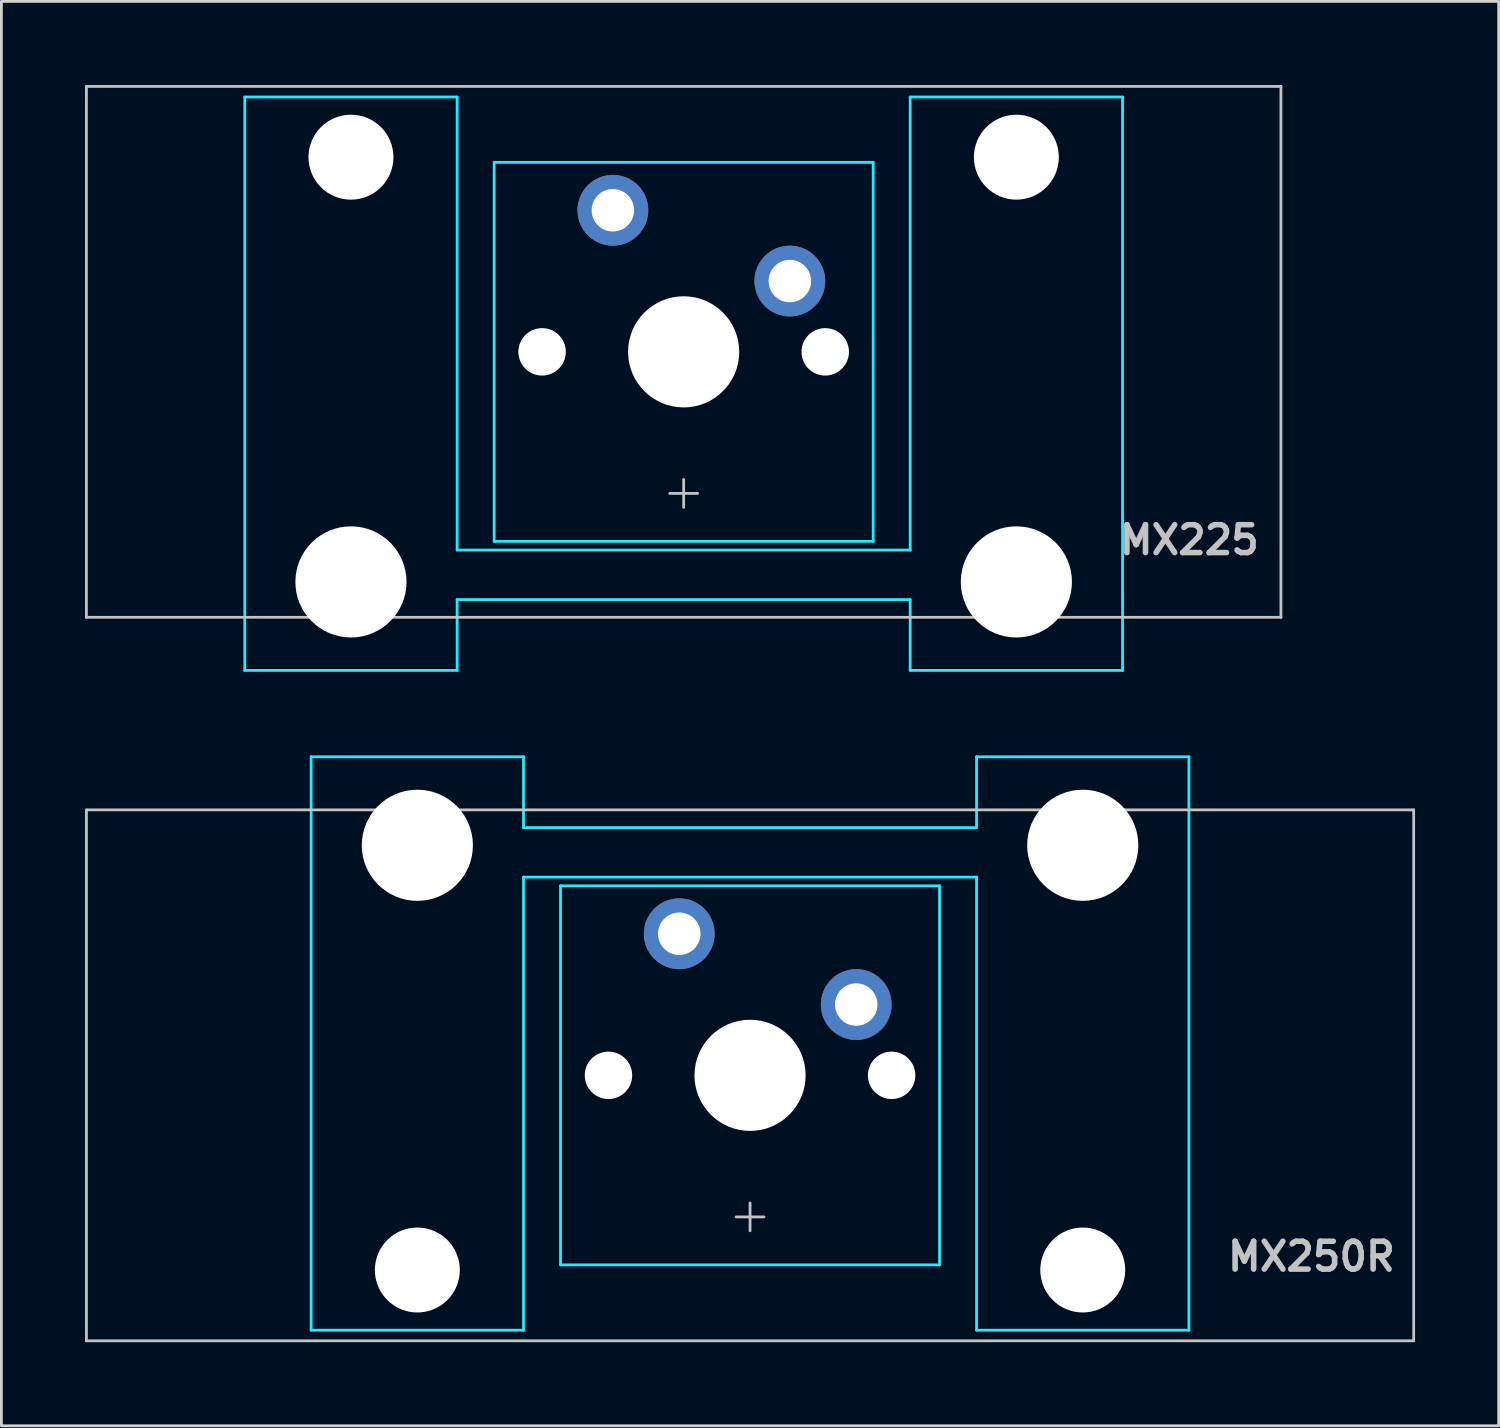
<source format=kicad_pcb>
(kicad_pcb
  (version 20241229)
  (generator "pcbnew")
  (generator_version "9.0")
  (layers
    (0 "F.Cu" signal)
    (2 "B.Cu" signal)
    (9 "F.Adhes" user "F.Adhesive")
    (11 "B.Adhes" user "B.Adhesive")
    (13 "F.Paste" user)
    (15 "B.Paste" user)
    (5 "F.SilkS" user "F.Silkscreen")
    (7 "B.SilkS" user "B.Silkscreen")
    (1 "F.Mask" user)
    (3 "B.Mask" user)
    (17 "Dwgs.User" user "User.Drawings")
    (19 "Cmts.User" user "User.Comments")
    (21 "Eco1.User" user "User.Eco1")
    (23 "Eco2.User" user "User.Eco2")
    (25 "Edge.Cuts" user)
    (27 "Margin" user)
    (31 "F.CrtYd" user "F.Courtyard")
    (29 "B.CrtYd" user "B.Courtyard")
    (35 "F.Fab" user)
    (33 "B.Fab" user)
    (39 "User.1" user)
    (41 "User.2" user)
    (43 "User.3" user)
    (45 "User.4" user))
  (footprint "MX250R"
    (layer "F.Cu")
    (at 23.863 35.535)
    (property "Reference" "MX250R" (at 23.25 6.5 0) (layer "Dwgs.User") (effects (font (size 1 1) (thickness 0.2)) (justify right)))
    (attr through_hole)
    (fp_line (start -23.812 -9.525) (end -23.812 9.525) (stroke (width 0.1) (type solid)) (layer "Dwgs.User"))
    (fp_line (start -23.812 -9.525) (end 23.812 -9.525) (stroke (width 0.1) (type solid)) (layer "Dwgs.User"))
    (fp_line (start -23.812 9.525) (end 23.812 9.525) (stroke (width 0.1) (type solid)) (layer "Dwgs.User"))
    (fp_line (start -0.5 5.08) (end 0.5 5.08) (stroke (width 0.1) (type solid)) (layer "Dwgs.User"))
    (fp_line (start 0 5.58) (end 0 4.58) (stroke (width 0.1) (type solid)) (layer "Dwgs.User"))
    (fp_line (start 23.812 -9.525) (end 23.812 9.525) (stroke (width 0.1) (type solid)) (layer "Dwgs.User"))
    (fp_line (start -15.438 -8.515) (end -15.438 5.485) (stroke (width 0.1) (type solid)) (layer "Eco1.User"))
    (fp_line (start -14.938 -9.015) (end -8.938 -9.015) (stroke (width 0.1) (type solid)) (layer "Eco1.User"))
    (fp_line (start -8.938 5.985) (end -14.938 5.985) (stroke (width 0.1) (type solid)) (layer "Eco1.User"))
    (fp_line (start -8.438 5.485) (end -8.438 -8.515) (stroke (width 0.1) (type solid)) (layer "Eco1.User"))
    (fp_line (start -7 -6.5) (end -7 6.5) (stroke (width 0.1) (type solid)) (layer "Eco1.User"))
    (fp_line (start -6.5 7) (end 6.5 7) (stroke (width 0.1) (type solid)) (layer "Eco1.User"))
    (fp_line (start 6.5 -7) (end -6.5 -7) (stroke (width 0.1) (type solid)) (layer "Eco1.User"))
    (fp_line (start 7 6.5) (end 7 -6.5) (stroke (width 0.1) (type solid)) (layer "Eco1.User"))
    (fp_line (start 8.438 -8.515) (end 8.438 5.485) (stroke (width 0.1) (type solid)) (layer "Eco1.User"))
    (fp_line (start 8.938 -9.015) (end 14.938 -9.015) (stroke (width 0.1) (type solid)) (layer "Eco1.User"))
    (fp_line (start 14.938 5.985) (end 8.938 5.985) (stroke (width 0.1) (type solid)) (layer "Eco1.User"))
    (fp_line (start 15.438 5.485) (end 15.438 -8.515) (stroke (width 0.1) (type solid)) (layer "Eco1.User"))
    (fp_arc (start -15.438 -8.515) (mid -15.291553 -8.868553) (end -14.938 -9.015) (stroke (width 0.1) (type solid)) (layer "Eco1.User"))
    (fp_arc (start -14.938 5.985) (mid -15.291553 5.838553) (end -15.438 5.485) (stroke (width 0.1) (type solid)) (layer "Eco1.User"))
    (fp_arc (start -8.938 -9.015) (mid -8.584447 -8.868553) (end -8.438 -8.515) (stroke (width 0.1) (type solid)) (layer "Eco1.User"))
    (fp_arc (start -8.438 5.485) (mid -8.584447 5.838553) (end -8.938 5.985) (stroke (width 0.1) (type solid)) (layer "Eco1.User"))
    (fp_arc (start -7 -6.5) (mid -6.853553 -6.853553) (end -6.5 -7) (stroke (width 0.1) (type solid)) (layer "Eco1.User"))
    (fp_arc (start -6.5 7) (mid -6.853553 6.853553) (end -7 6.5) (stroke (width 0.1) (type solid)) (layer "Eco1.User"))
    (fp_arc (start 6.5 -7) (mid 6.853553 -6.853553) (end 7 -6.5) (stroke (width 0.1) (type solid)) (layer "Eco1.User"))
    (fp_arc (start 7 6.5) (mid 6.853553 6.853553) (end 6.5 7) (stroke (width 0.1) (type solid)) (layer "Eco1.User"))
    (fp_arc (start 8.438 -8.515) (mid 8.584447 -8.868553) (end 8.938 -9.015) (stroke (width 0.1) (type solid)) (layer "Eco1.User"))
    (fp_arc (start 8.938 5.985) (mid 8.584447 5.838553) (end 8.438 5.485) (stroke (width 0.1) (type solid)) (layer "Eco1.User"))
    (fp_arc (start 14.938 -9.015) (mid 15.291553 -8.868553) (end 15.438 -8.515) (stroke (width 0.1) (type solid)) (layer "Eco1.User"))
    (fp_arc (start 15.438 5.485) (mid 15.291553 5.838553) (end 14.938 5.985) (stroke (width 0.1) (type solid)) (layer "Eco1.User"))
    (fp_line (start -15.748 -11.43) (end -8.128 -11.43) (stroke (width 0.1) (type solid)) (layer "B.CrtYd"))
    (fp_line (start -15.748 9.144) (end -15.748 -11.43) (stroke (width 0.1) (type solid)) (layer "B.CrtYd"))
    (fp_line (start -8.128 -11.43) (end -8.128 -8.89) (stroke (width 0.1) (type solid)) (layer "B.CrtYd"))
    (fp_line (start -8.128 9.144) (end -15.748 9.144) (stroke (width 0.1) (type solid)) (layer "B.CrtYd"))
    (fp_line (start -8.128 9.144) (end -8.128 -7.112) (stroke (width 0.1) (type solid)) (layer "B.CrtYd"))
    (fp_line (start -6.8 6.8) (end -6.8 -6.8) (stroke (width 0.1) (type solid)) (layer "B.CrtYd"))
    (fp_line (start 6.8 -6.8) (end -6.8 -6.8) (stroke (width 0.1) (type solid)) (layer "B.CrtYd"))
    (fp_line (start 6.8 6.8) (end -6.8 6.8) (stroke (width 0.1) (type solid)) (layer "B.CrtYd"))
    (fp_line (start 6.8 6.8) (end 6.8 -6.8) (stroke (width 0.1) (type solid)) (layer "B.CrtYd"))
    (fp_line (start 8.128 -11.43) (end 8.128 -8.89) (stroke (width 0.1) (type solid)) (layer "B.CrtYd"))
    (fp_line (start 8.128 -11.43) (end 15.748 -11.43) (stroke (width 0.1) (type solid)) (layer "B.CrtYd"))
    (fp_line (start 8.128 -8.89) (end -8.128 -8.89) (stroke (width 0.1) (type solid)) (layer "B.CrtYd"))
    (fp_line (start 8.128 -7.112) (end -8.128 -7.112) (stroke (width 0.1) (type solid)) (layer "B.CrtYd"))
    (fp_line (start 8.128 9.144) (end 8.128 -7.112) (stroke (width 0.1) (type solid)) (layer "B.CrtYd"))
    (fp_line (start 15.748 -11.43) (end 15.748 9.144) (stroke (width 0.1) (type solid)) (layer "B.CrtYd"))
    (fp_line (start 15.748 9.144) (end 8.128 9.144) (stroke (width 0.1) (type solid)) (layer "B.CrtYd"))
    (pad "" np_thru_hole circle (at -11.938 -8.255 180) (size 3.988 3.988) (drill 3.988) (layers "*.Cu" "*.Mask"))
    (pad "" np_thru_hole circle (at -11.938 6.985 180) (size 3.048 3.048) (drill 3.048) (layers "*.Cu" "*.Mask"))
    (pad "" np_thru_hole circle (at -5.08 0) (size 1.702 1.702) (drill 1.702) (layers "*.Cu" "*.Mask"))
    (pad "" connect circle (at -2.54 -5.08) (size 1.524 1.524) (layers "B.Mask"))
    (pad "" np_thru_hole circle (at 0 0) (size 3.988 3.988) (drill 3.988) (layers "*.Cu" "*.Mask"))
    (pad "" connect circle (at 3.81 -2.54) (size 1.524 1.524) (layers "B.Mask"))
    (pad "" np_thru_hole circle (at 5.08 0) (size 1.702 1.702) (drill 1.702) (layers "*.Cu" "*.Mask"))
    (pad "" np_thru_hole circle (at 11.938 -8.255 180) (size 3.988 3.988) (drill 3.988) (layers "*.Cu" "*.Mask"))
    (pad "" np_thru_hole circle (at 11.938 6.985 180) (size 3.048 3.048) (drill 3.048) (layers "*.Cu" "*.Mask"))
    (pad "1" thru_hole circle (at -2.54 -5.08) (size 2.54 2.54) (drill 1.524) (layers "*.Cu" "F.Mask"))
    (pad "2" thru_hole circle (at 3.81 -2.54) (size 2.54 2.54) (drill 1.524) (layers "*.Cu" "F.Mask")))
  (footprint "MX225"
    (layer "F.Cu")
    (at 21.481 9.575)
    (property "Reference" "MX225" (at 20.75 6.75 0) (layer "Dwgs.User") (effects (font (size 1 1) (thickness 0.2)) (justify right)))
    (attr through_hole)
    (fp_line (start -21.431 -9.525) (end -21.431 9.525) (stroke (width 0.1) (type solid)) (layer "Dwgs.User"))
    (fp_line (start -21.431 -9.525) (end 21.431 -9.525) (stroke (width 0.1) (type solid)) (layer "Dwgs.User"))
    (fp_line (start -21.431 9.525) (end 21.431 9.525) (stroke (width 0.1) (type solid)) (layer "Dwgs.User"))
    (fp_line (start -0.5 5.08) (end 0.5 5.08) (stroke (width 0.1) (type solid)) (layer "Dwgs.User"))
    (fp_line (start 0 5.58) (end 0 4.58) (stroke (width 0.1) (type solid)) (layer "Dwgs.User"))
    (fp_line (start 21.431 -9.525) (end 21.431 9.525) (stroke (width 0.1) (type solid)) (layer "Dwgs.User"))
    (fp_line (start -15.438 -5.485) (end -15.438 8.515) (stroke (width 0.1) (type solid)) (layer "Eco1.User"))
    (fp_line (start -14.938 -5.985) (end -8.938 -5.985) (stroke (width 0.1) (type solid)) (layer "Eco1.User"))
    (fp_line (start -8.938 9.015) (end -14.938 9.015) (stroke (width 0.1) (type solid)) (layer "Eco1.User"))
    (fp_line (start -8.438 8.515) (end -8.438 -5.485) (stroke (width 0.1) (type solid)) (layer "Eco1.User"))
    (fp_line (start -7 -6.5) (end -7 6.5) (stroke (width 0.1) (type solid)) (layer "Eco1.User"))
    (fp_line (start -6.5 7) (end 6.5 7) (stroke (width 0.1) (type solid)) (layer "Eco1.User"))
    (fp_line (start 6.5 -7) (end -6.5 -7) (stroke (width 0.1) (type solid)) (layer "Eco1.User"))
    (fp_line (start 7 6.5) (end 7 -6.5) (stroke (width 0.1) (type solid)) (layer "Eco1.User"))
    (fp_line (start 8.438 -5.485) (end 8.438 8.515) (stroke (width 0.1) (type solid)) (layer "Eco1.User"))
    (fp_line (start 8.938 -5.985) (end 14.938 -5.985) (stroke (width 0.1) (type solid)) (layer "Eco1.User"))
    (fp_line (start 14.938 9.015) (end 8.938 9.015) (stroke (width 0.1) (type solid)) (layer "Eco1.User"))
    (fp_line (start 15.438 8.515) (end 15.438 -5.485) (stroke (width 0.1) (type solid)) (layer "Eco1.User"))
    (fp_arc (start -15.438 -5.485) (mid -15.291553 -5.838553) (end -14.938 -5.985) (stroke (width 0.1) (type solid)) (layer "Eco1.User"))
    (fp_arc (start -14.938 9.015) (mid -15.291553 8.868553) (end -15.438 8.515) (stroke (width 0.1) (type solid)) (layer "Eco1.User"))
    (fp_arc (start -8.938 -5.985) (mid -8.584447 -5.838553) (end -8.438 -5.485) (stroke (width 0.1) (type solid)) (layer "Eco1.User"))
    (fp_arc (start -8.438 8.515) (mid -8.584447 8.868553) (end -8.938 9.015) (stroke (width 0.1) (type solid)) (layer "Eco1.User"))
    (fp_arc (start -7 -6.5) (mid -6.853553 -6.853553) (end -6.5 -7) (stroke (width 0.1) (type solid)) (layer "Eco1.User"))
    (fp_arc (start -6.5 7) (mid -6.853553 6.853553) (end -7 6.5) (stroke (width 0.1) (type solid)) (layer "Eco1.User"))
    (fp_arc (start 6.5 -7) (mid 6.853553 -6.853553) (end 7 -6.5) (stroke (width 0.1) (type solid)) (layer "Eco1.User"))
    (fp_arc (start 7 6.5) (mid 6.853553 6.853553) (end 6.5 7) (stroke (width 0.1) (type solid)) (layer "Eco1.User"))
    (fp_arc (start 8.438 -5.485) (mid 8.584447 -5.838553) (end 8.938 -5.985) (stroke (width 0.1) (type solid)) (layer "Eco1.User"))
    (fp_arc (start 8.938 9.015) (mid 8.584447 8.868553) (end 8.438 8.515) (stroke (width 0.1) (type solid)) (layer "Eco1.User"))
    (fp_arc (start 14.938 -5.985) (mid 15.291553 -5.838553) (end 15.438 -5.485) (stroke (width 0.1) (type solid)) (layer "Eco1.User"))
    (fp_arc (start 15.438 8.515) (mid 15.291553 8.868553) (end 14.938 9.015) (stroke (width 0.1) (type solid)) (layer "Eco1.User"))
    (fp_line (start -15.748 -9.144) (end -8.128 -9.144) (stroke (width 0.1) (type solid)) (layer "B.CrtYd"))
    (fp_line (start -15.748 11.43) (end -15.748 -9.144) (stroke (width 0.1) (type solid)) (layer "B.CrtYd"))
    (fp_line (start -8.128 -9.144) (end -8.128 7.112) (stroke (width 0.1) (type solid)) (layer "B.CrtYd"))
    (fp_line (start -8.128 7.112) (end 8.128 7.112) (stroke (width 0.1) (type solid)) (layer "B.CrtYd"))
    (fp_line (start -8.128 8.89) (end 8.128 8.89) (stroke (width 0.1) (type solid)) (layer "B.CrtYd"))
    (fp_line (start -8.128 11.43) (end -15.748 11.43) (stroke (width 0.1) (type solid)) (layer "B.CrtYd"))
    (fp_line (start -8.128 11.43) (end -8.128 8.89) (stroke (width 0.1) (type solid)) (layer "B.CrtYd"))
    (fp_line (start -6.8 6.8) (end -6.8 -6.8) (stroke (width 0.1) (type solid)) (layer "B.CrtYd"))
    (fp_line (start 6.8 -6.8) (end -6.8 -6.8) (stroke (width 0.1) (type solid)) (layer "B.CrtYd"))
    (fp_line (start 6.8 6.8) (end -6.8 6.8) (stroke (width 0.1) (type solid)) (layer "B.CrtYd"))
    (fp_line (start 6.8 6.8) (end 6.8 -6.8) (stroke (width 0.1) (type solid)) (layer "B.CrtYd"))
    (fp_line (start 8.128 -9.144) (end 8.128 7.112) (stroke (width 0.1) (type solid)) (layer "B.CrtYd"))
    (fp_line (start 8.128 -9.144) (end 15.748 -9.144) (stroke (width 0.1) (type solid)) (layer "B.CrtYd"))
    (fp_line (start 8.128 11.43) (end 8.128 8.89) (stroke (width 0.1) (type solid)) (layer "B.CrtYd"))
    (fp_line (start 15.748 -9.144) (end 15.748 11.43) (stroke (width 0.1) (type solid)) (layer "B.CrtYd"))
    (fp_line (start 15.748 11.43) (end 8.128 11.43) (stroke (width 0.1) (type solid)) (layer "B.CrtYd"))
    (pad "" np_thru_hole circle (at -11.938 -6.985) (size 3.048 3.048) (drill 3.048) (layers "*.Cu" "*.Mask"))
    (pad "" np_thru_hole circle (at -11.938 8.255) (size 3.988 3.988) (drill 3.988) (layers "*.Cu" "*.Mask"))
    (pad "" np_thru_hole circle (at -5.08 0) (size 1.702 1.702) (drill 1.702) (layers "*.Cu" "*.Mask"))
    (pad "" connect circle (at -2.54 -5.08) (size 1.524 1.524) (layers "B.Mask"))
    (pad "" np_thru_hole circle (at 0 0) (size 3.988 3.988) (drill 3.988) (layers "*.Cu" "*.Mask"))
    (pad "" connect circle (at 3.81 -2.54) (size 1.524 1.524) (layers "B.Mask"))
    (pad "" np_thru_hole circle (at 5.08 0) (size 1.702 1.702) (drill 1.702) (layers "*.Cu" "*.Mask"))
    (pad "" np_thru_hole circle (at 11.938 -6.985) (size 3.048 3.048) (drill 3.048) (layers "*.Cu" "*.Mask"))
    (pad "" np_thru_hole circle (at 11.938 8.255) (size 3.988 3.988) (drill 3.988) (layers "*.Cu" "*.Mask"))
    (pad "1" thru_hole circle (at -2.54 -5.08) (size 2.54 2.54) (drill 1.524) (layers "*.Cu" "F.Mask"))
    (pad "2" thru_hole circle (at 3.81 -2.54) (size 2.54 2.54) (drill 1.524) (layers "*.Cu" "F.Mask")))
  (gr_rect
    (start -3 -3)
    (end 50.725 48.11)
    (stroke (width 0.1) (type default))
    (fill no)
    (layer "Edge.Cuts")))
</source>
